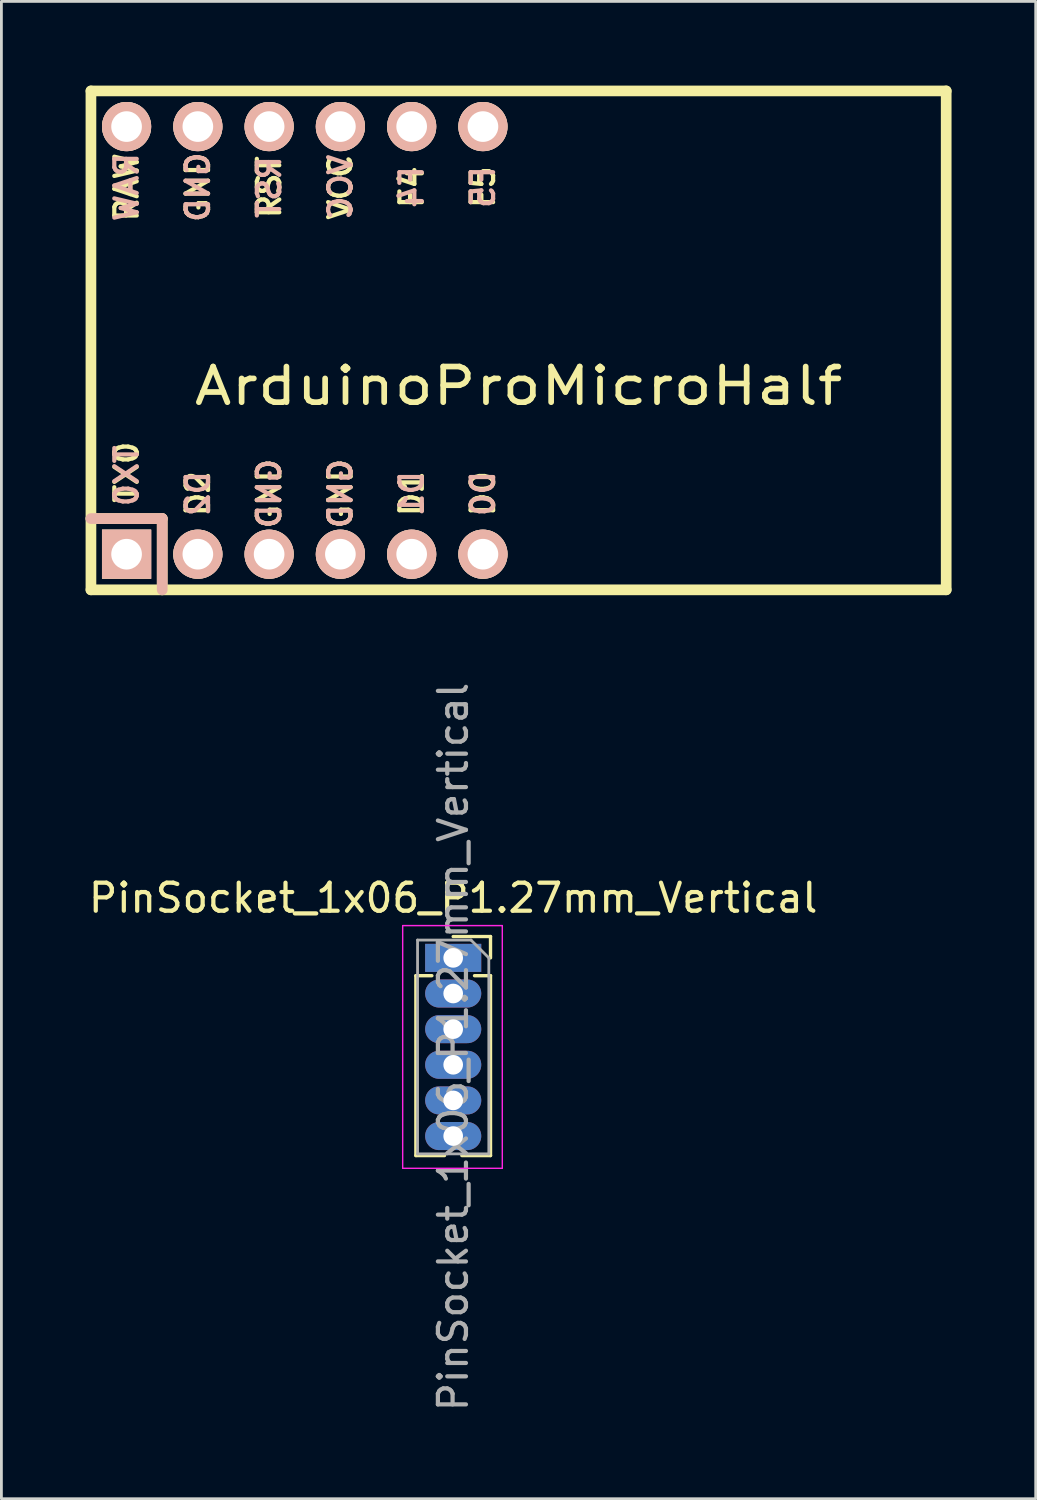
<source format=kicad_pcb>
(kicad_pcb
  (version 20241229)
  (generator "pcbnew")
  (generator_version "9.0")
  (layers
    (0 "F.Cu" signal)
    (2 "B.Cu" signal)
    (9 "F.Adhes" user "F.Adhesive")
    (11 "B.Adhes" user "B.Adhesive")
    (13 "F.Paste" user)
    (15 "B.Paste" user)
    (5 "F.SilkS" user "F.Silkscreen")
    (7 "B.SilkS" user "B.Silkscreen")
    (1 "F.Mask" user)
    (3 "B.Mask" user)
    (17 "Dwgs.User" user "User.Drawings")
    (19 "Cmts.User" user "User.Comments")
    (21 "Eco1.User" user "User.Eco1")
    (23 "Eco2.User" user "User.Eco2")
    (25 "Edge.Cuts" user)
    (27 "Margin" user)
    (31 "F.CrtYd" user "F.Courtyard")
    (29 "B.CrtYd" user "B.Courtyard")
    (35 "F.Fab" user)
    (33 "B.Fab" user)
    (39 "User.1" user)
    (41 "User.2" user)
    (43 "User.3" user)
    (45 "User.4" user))
  (footprint "ArduinoProMicroHalf"
    (layer "F.Cu")
    (at 15.431 9.081)
    (property "Reference" "ArduinoProMicroHalf" (at 0 1.625 0) (layer "F.SilkS") (effects (font (size 1.27 1.524) (thickness 0.203))))
    (attr through_hole)
    (fp_line (start -15.24 -8.89) (end -15.24 8.89) (stroke (width 0.381) (type solid)) (layer "F.SilkS"))
    (fp_line (start -15.24 6.35) (end -12.7 6.35) (stroke (width 0.381) (type solid)) (layer "F.SilkS"))
    (fp_line (start -15.24 8.89) (end 15.24 8.89) (stroke (width 0.381) (type solid)) (layer "F.SilkS"))
    (fp_line (start -12.7 6.35) (end -12.7 8.89) (stroke (width 0.381) (type solid)) (layer "F.SilkS"))
    (fp_line (start 15.24 -8.89) (end -15.24 -8.89) (stroke (width 0.381) (type solid)) (layer "F.SilkS"))
    (fp_line (start 15.24 8.89) (end 15.24 -8.89) (stroke (width 0.381) (type solid)) (layer "F.SilkS"))
    (fp_line (start -15.24 6.35) (end -12.7 6.35) (stroke (width 0.381) (type solid)) (layer "B.SilkS"))
    (fp_line (start -12.7 6.35) (end -12.7 8.89) (stroke (width 0.381) (type solid)) (layer "B.SilkS"))
    (fp_text user "D0" (at -1.27 5.461 90) (layer "F.SilkS") (effects (font (size 0.8 0.8) (thickness 0.15))))
    (fp_text user "RAW" (at -13.97 -5.461 90) (layer "F.SilkS") (effects (font (size 0.8 0.8) (thickness 0.15))))
    (fp_text user "GND" (at -6.35 5.461 90) (layer "F.SilkS") (effects (font (size 0.8 0.8) (thickness 0.15))))
    (fp_text user "VCC" (at -6.35 -5.461 90) (layer "F.SilkS") (effects (font (size 0.8 0.8) (thickness 0.15))))
    (fp_text user "F4" (at -3.81 -5.461 90) (layer "F.SilkS") (effects (font (size 0.8 0.8) (thickness 0.15))))
    (fp_text user "RST" (at -8.89 -5.461 90) (layer "F.SilkS") (effects (font (size 0.8 0.8) (thickness 0.15))))
    (fp_text user "F5" (at -1.27 -5.461 90) (layer "F.SilkS") (effects (font (size 0.8 0.8) (thickness 0.15))))
    (fp_text user "GND" (at -8.89 5.461 90) (layer "F.SilkS") (effects (font (size 0.8 0.8) (thickness 0.15))))
    (fp_text user "D1" (at -3.81 5.461 90) (layer "F.SilkS") (effects (font (size 0.8 0.8) (thickness 0.15))))
    (fp_text user "GND" (at -11.43 -5.461 90) (layer "F.SilkS") (effects (font (size 0.8 0.8) (thickness 0.15))))
    (fp_text user "TX0" (at -13.97 4.699 90) (layer "F.SilkS") (effects (font (size 0.8 0.8) (thickness 0.15))))
    (fp_text user "D2" (at -11.43 5.461 90) (layer "F.SilkS") (effects (font (size 0.8 0.8) (thickness 0.15))))
    (fp_text user "TX0" (at -13.97 4.826 90) (layer "B.SilkS") (effects (font (size 0.8 0.8) (thickness 0.15)) (justify mirror)))
    (fp_text user "F4" (at -3.81 -5.461 90) (layer "B.SilkS") (effects (font (size 0.8 0.8) (thickness 0.15)) (justify mirror)))
    (fp_text user "GND" (at -6.35 5.461 90) (layer "B.SilkS") (effects (font (size 0.8 0.8) (thickness 0.15)) (justify mirror)))
    (fp_text user "D2" (at -11.43 5.461 90) (layer "B.SilkS") (effects (font (size 0.8 0.8) (thickness 0.15)) (justify mirror)))
    (fp_text user "GND" (at -8.89 5.461 90) (layer "B.SilkS") (effects (font (size 0.8 0.8) (thickness 0.15)) (justify mirror)))
    (fp_text user "D0" (at -1.27 5.461 90) (layer "B.SilkS") (effects (font (size 0.8 0.8) (thickness 0.15)) (justify mirror)))
    (fp_text user "RST" (at -8.89 -5.461 90) (layer "B.SilkS") (effects (font (size 0.8 0.8) (thickness 0.15)) (justify mirror)))
    (fp_text user "D1" (at -3.81 5.461 90) (layer "B.SilkS") (effects (font (size 0.8 0.8) (thickness 0.15)) (justify mirror)))
    (fp_text user "RAW" (at -13.97 -5.461 90) (layer "B.SilkS") (effects (font (size 0.8 0.8) (thickness 0.15)) (justify mirror)))
    (fp_text user "GND" (at -11.43 -5.461 90) (layer "B.SilkS") (effects (font (size 0.8 0.8) (thickness 0.15)) (justify mirror)))
    (fp_text user "VCC" (at -6.35 -5.461 90) (layer "B.SilkS") (effects (font (size 0.8 0.8) (thickness 0.15)) (justify mirror)))
    (fp_text user "F5" (at -1.27 -5.461 90) (layer "B.SilkS") (effects (font (size 0.8 0.8) (thickness 0.15)) (justify mirror)))
    (pad "1" thru_hole rect (at -13.97 7.62) (size 1.753 1.753) (drill 1.092) (layers "*.Cu" "*.SilkS" "*.Mask"))
    (pad "2" thru_hole circle (at -11.43 7.62) (size 1.753 1.753) (drill 1.092) (layers "*.Cu" "*.SilkS" "*.Mask"))
    (pad "3" thru_hole circle (at -8.89 7.62) (size 1.753 1.753) (drill 1.092) (layers "*.Cu" "*.SilkS" "*.Mask"))
    (pad "4" thru_hole circle (at -6.35 7.62) (size 1.753 1.753) (drill 1.092) (layers "*.Cu" "*.SilkS" "*.Mask"))
    (pad "5" thru_hole circle (at -3.81 7.62) (size 1.753 1.753) (drill 1.092) (layers "*.Cu" "*.SilkS" "*.Mask"))
    (pad "6" thru_hole circle (at -1.27 7.62) (size 1.753 1.753) (drill 1.092) (layers "*.Cu" "*.SilkS" "*.Mask"))
    (pad "19" thru_hole circle (at -1.27 -7.62) (size 1.753 1.753) (drill 1.092) (layers "*.Cu" "*.SilkS" "*.Mask"))
    (pad "20" thru_hole circle (at -3.81 -7.62) (size 1.753 1.753) (drill 1.092) (layers "*.Cu" "*.SilkS" "*.Mask"))
    (pad "21" thru_hole circle (at -6.35 -7.62) (size 1.753 1.753) (drill 1.092) (layers "*.Cu" "*.SilkS" "*.Mask"))
    (pad "22" thru_hole circle (at -8.89 -7.62) (size 1.753 1.753) (drill 1.092) (layers "*.Cu" "*.SilkS" "*.Mask"))
    (pad "23" thru_hole circle (at -11.43 -7.62) (size 1.753 1.753) (drill 1.092) (layers "*.Cu" "*.SilkS" "*.Mask"))
    (pad "24" thru_hole circle (at -13.97 -7.62) (size 1.753 1.753) (drill 1.092) (layers "*.Cu" "*.SilkS" "*.Mask")))
  (footprint "PinSocket_1x06_P1.27mm_Vertical"
    (layer "F.Cu")
    (at 13.101 31.087)
    (property "Reference" "PinSocket_1x06_P1.27mm_Vertical" (at 0 -2.135 0) (layer "F.SilkS") (effects (font (size 1 1) (thickness 0.15))))
    (attr through_hole)
    (fp_line (start -1.33 0.635) (end -1.33 7.045) (stroke (width 0.12) (type solid)) (layer "F.SilkS"))
    (fp_line (start -1.33 0.635) (end -0.76 0.635) (stroke (width 0.12) (type solid)) (layer "F.SilkS"))
    (fp_line (start -1.33 7.045) (end -0.308 7.045) (stroke (width 0.12) (type solid)) (layer "F.SilkS"))
    (fp_line (start 0 -0.76) (end 1.33 -0.76) (stroke (width 0.12) (type solid)) (layer "F.SilkS"))
    (fp_line (start 0.308 7.045) (end 1.33 7.045) (stroke (width 0.12) (type solid)) (layer "F.SilkS"))
    (fp_line (start 0.76 0.635) (end 1.33 0.635) (stroke (width 0.12) (type solid)) (layer "F.SilkS"))
    (fp_line (start 1.33 -0.76) (end 1.33 0) (stroke (width 0.12) (type solid)) (layer "F.SilkS"))
    (fp_line (start 1.33 0.635) (end 1.33 7.045) (stroke (width 0.12) (type solid)) (layer "F.SilkS"))
    (fp_line (start -1.8 -1.15) (end 1.75 -1.15) (stroke (width 0.05) (type solid)) (layer "F.CrtYd"))
    (fp_line (start -1.8 7.5) (end -1.8 -1.15) (stroke (width 0.05) (type solid)) (layer "F.CrtYd"))
    (fp_line (start 1.75 -1.15) (end 1.75 7.5) (stroke (width 0.05) (type solid)) (layer "F.CrtYd"))
    (fp_line (start 1.75 7.5) (end -1.8 7.5) (stroke (width 0.05) (type solid)) (layer "F.CrtYd"))
    (fp_line (start -1.27 -0.635) (end 0.635 -0.635) (stroke (width 0.1) (type solid)) (layer "F.Fab"))
    (fp_line (start -1.27 6.985) (end -1.27 -0.635) (stroke (width 0.1) (type solid)) (layer "F.Fab"))
    (fp_line (start 0.635 -0.635) (end 1.27 0) (stroke (width 0.1) (type solid)) (layer "F.Fab"))
    (fp_line (start 1.27 0) (end 1.27 6.985) (stroke (width 0.1) (type solid)) (layer "F.Fab"))
    (fp_line (start 1.27 6.985) (end -1.27 6.985) (stroke (width 0.1) (type solid)) (layer "F.Fab"))
    (fp_text user "${REFERENCE}" (at 0 3.175 90) (layer "F.Fab") (effects (font (size 1 1) (thickness 0.15))))
    (pad "1" thru_hole rect (at 0 0) (size 2 1) (drill 0.7) (layers "*.Cu" "*.Mask"))
    (pad "2" thru_hole oval (at 0 1.27) (size 2 1) (drill oval 0.7) (layers "*.Cu" "*.Mask"))
    (pad "3" thru_hole oval (at 0 2.54) (size 2 1) (drill oval 0.7) (layers "*.Cu" "*.Mask"))
    (pad "4" thru_hole oval (at 0 3.81) (size 2 1) (drill 0.7) (layers "*.Cu" "*.Mask"))
    (pad "5" thru_hole oval (at 0 5.08) (size 2 1) (drill 0.7) (layers "*.Cu" "*.Mask"))
    (pad "6" thru_hole oval (at 0 6.35) (size 2 1) (drill 0.7) (layers "*.Cu" "*.Mask")))
  (gr_rect
    (start -3 -3)
    (end 33.861 50.363)
    (stroke (width 0.1) (type default))
    (fill no)
    (layer "Edge.Cuts")))
</source>
